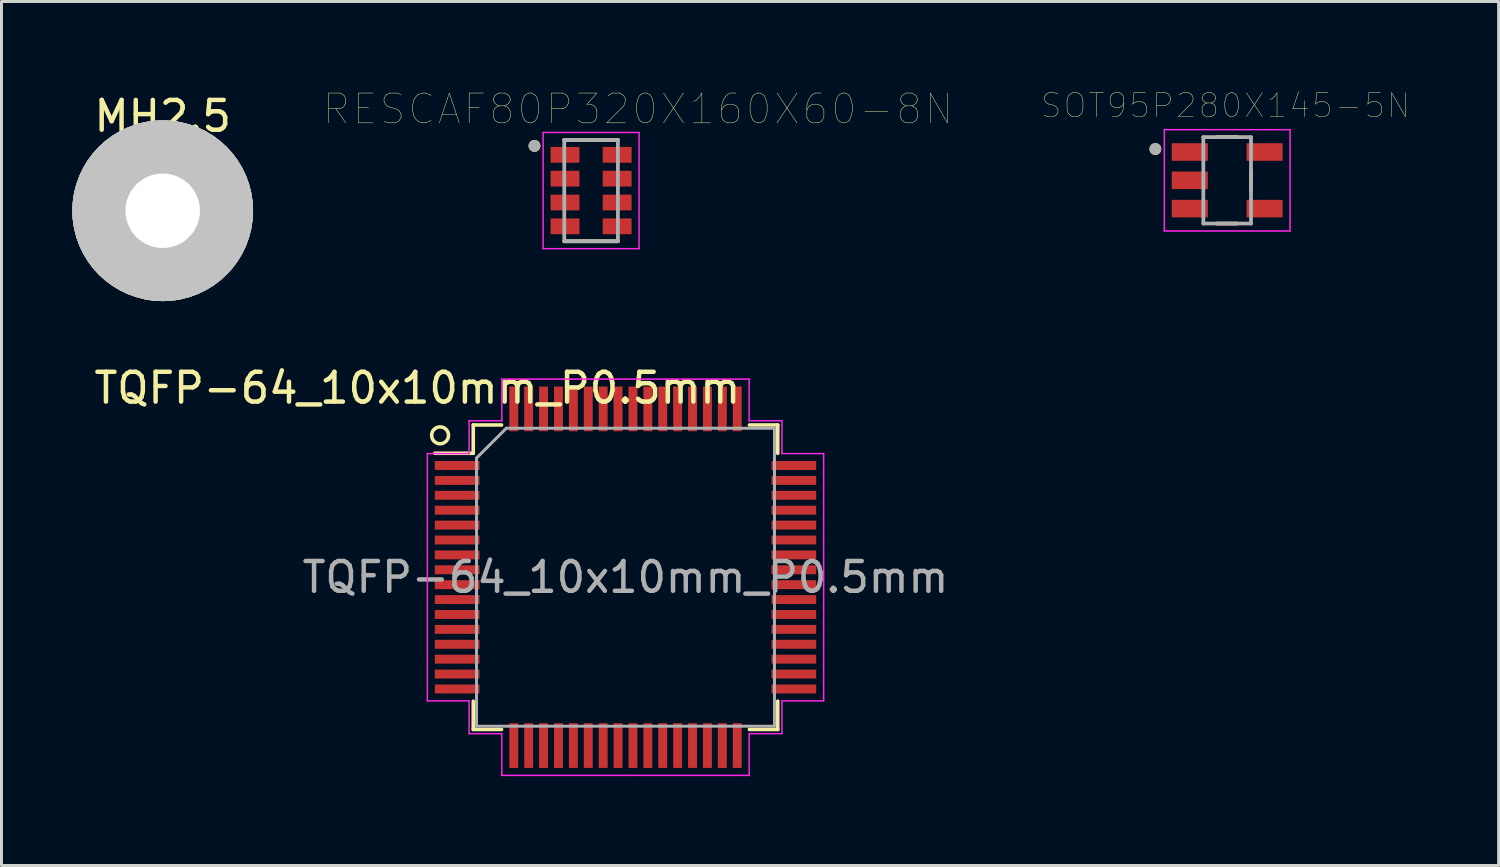
<source format=kicad_pcb>
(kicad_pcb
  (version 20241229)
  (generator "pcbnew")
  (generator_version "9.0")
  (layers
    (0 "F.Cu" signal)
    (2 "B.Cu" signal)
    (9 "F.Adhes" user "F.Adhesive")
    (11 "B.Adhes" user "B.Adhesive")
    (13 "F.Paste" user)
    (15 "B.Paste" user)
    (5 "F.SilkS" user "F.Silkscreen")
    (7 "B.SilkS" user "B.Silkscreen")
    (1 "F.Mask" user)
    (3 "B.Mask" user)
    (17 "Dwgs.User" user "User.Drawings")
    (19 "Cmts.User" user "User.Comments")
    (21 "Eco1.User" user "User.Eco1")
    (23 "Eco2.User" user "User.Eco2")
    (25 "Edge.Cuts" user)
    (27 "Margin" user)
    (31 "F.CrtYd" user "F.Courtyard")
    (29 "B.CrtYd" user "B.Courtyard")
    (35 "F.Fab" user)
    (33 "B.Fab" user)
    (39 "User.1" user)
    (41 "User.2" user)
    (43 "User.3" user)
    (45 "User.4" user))
  (footprint "SOT95P280X145-5N"
    (layer "F.Cu")
    (at 38.136 3.002)
    (property "Reference" "SOT95P280X145-5N" (at -0.06 -2.508 0) (layer "F.SilkS") (effects (font (size 0.8 0.8) (thickness 0.015))))
    (attr through_hole)
    (fp_line (start -0.33 -1.45) (end 0.33 -1.45) (stroke (width 0.127) (type solid)) (layer "F.SilkS"))
    (fp_line (start 0.33 1.45) (end -0.33 1.45) (stroke (width 0.127) (type solid)) (layer "F.SilkS"))
    (fp_line (start 0.8 -0.335) (end 0.8 0.335) (stroke (width 0.127) (type solid)) (layer "F.SilkS"))
    (fp_circle (center -2.41 -1.05) (end -2.31 -1.05) (stroke (width 0.2) (type solid)) (fill no) (layer "F.SilkS"))
    (fp_line (start -2.11 -1.7) (end 2.11 -1.7) (stroke (width 0.05) (type solid)) (layer "F.CrtYd"))
    (fp_line (start -2.11 1.7) (end -2.11 -1.7) (stroke (width 0.05) (type solid)) (layer "F.CrtYd"))
    (fp_line (start 2.11 -1.7) (end 2.11 1.7) (stroke (width 0.05) (type solid)) (layer "F.CrtYd"))
    (fp_line (start 2.11 1.7) (end -2.11 1.7) (stroke (width 0.05) (type solid)) (layer "F.CrtYd"))
    (fp_line (start -0.8 -1.45) (end 0.8 -1.45) (stroke (width 0.127) (type solid)) (layer "F.Fab"))
    (fp_line (start -0.8 1.45) (end -0.8 -1.45) (stroke (width 0.127) (type solid)) (layer "F.Fab"))
    (fp_line (start 0.8 -1.45) (end 0.8 1.45) (stroke (width 0.127) (type solid)) (layer "F.Fab"))
    (fp_line (start 0.8 1.45) (end -0.8 1.45) (stroke (width 0.127) (type solid)) (layer "F.Fab"))
    (fp_circle (center -2.41 -1.05) (end -2.31 -1.05) (stroke (width 0.2) (type solid)) (fill no) (layer "F.Fab"))
    (pad "1" smd rect (at -1.255 -0.95) (size 1.21 0.59) (layers "F.Cu" "F.Mask" "F.Paste"))
    (pad "2" smd rect (at -1.255 0) (size 1.21 0.59) (layers "F.Cu" "F.Mask" "F.Paste"))
    (pad "3" smd rect (at -1.255 0.95) (size 1.21 0.59) (layers "F.Cu" "F.Mask" "F.Paste"))
    (pad "4" smd rect (at 1.255 0.95) (size 1.21 0.59) (layers "F.Cu" "F.Mask" "F.Paste"))
    (pad "5" smd rect (at 1.255 -0.95) (size 1.21 0.59) (layers "F.Cu" "F.Mask" "F.Paste")))
  (footprint "RESCAF80P320X160X60-8N"
    (layer "F.Cu")
    (at 16.788 3.346)
    (property "Reference" "RESCAF80P320X160X60-8N" (at 1.575 -2.735 0) (layer "F.SilkS") (effects (font (size 1 1) (thickness 0.015))))
    (attr through_hole)
    (fp_line (start -0.9 -1.7) (end 0.9 -1.7) (stroke (width 0.127) (type solid)) (layer "F.SilkS"))
    (fp_line (start 0.9 1.7) (end -0.9 1.7) (stroke (width 0.127) (type solid)) (layer "F.SilkS"))
    (fp_circle (center -1.9 -1.5) (end -1.8 -1.5) (stroke (width 0.2) (type solid)) (fill no) (layer "F.SilkS"))
    (fp_line (start -1.61 -1.95) (end 1.61 -1.95) (stroke (width 0.05) (type solid)) (layer "F.CrtYd"))
    (fp_line (start -1.61 1.95) (end -1.61 -1.95) (stroke (width 0.05) (type solid)) (layer "F.CrtYd"))
    (fp_line (start 1.61 -1.95) (end 1.61 1.95) (stroke (width 0.05) (type solid)) (layer "F.CrtYd"))
    (fp_line (start 1.61 1.95) (end -1.61 1.95) (stroke (width 0.05) (type solid)) (layer "F.CrtYd"))
    (fp_line (start -0.9 -1.7) (end 0.9 -1.7) (stroke (width 0.127) (type solid)) (layer "F.Fab"))
    (fp_line (start -0.9 1.7) (end -0.9 -1.7) (stroke (width 0.127) (type solid)) (layer "F.Fab"))
    (fp_line (start 0.9 -1.7) (end 0.9 1.7) (stroke (width 0.127) (type solid)) (layer "F.Fab"))
    (fp_line (start 0.9 1.7) (end -0.9 1.7) (stroke (width 0.127) (type solid)) (layer "F.Fab"))
    (fp_circle (center -1.9 -1.5) (end -1.8 -1.5) (stroke (width 0.2) (type solid)) (fill no) (layer "F.Fab"))
    (pad "1" smd rect (at -0.875 -1.2) (size 0.97 0.53) (layers "F.Cu" "F.Mask" "F.Paste"))
    (pad "2" smd rect (at -0.875 -0.4) (size 0.97 0.53) (layers "F.Cu" "F.Mask" "F.Paste"))
    (pad "3" smd rect (at -0.875 0.4) (size 0.97 0.53) (layers "F.Cu" "F.Mask" "F.Paste"))
    (pad "4" smd rect (at -0.875 1.2) (size 0.97 0.53) (layers "F.Cu" "F.Mask" "F.Paste"))
    (pad "5" smd rect (at 0.875 1.2) (size 0.97 0.53) (layers "F.Cu" "F.Mask" "F.Paste"))
    (pad "6" smd rect (at 0.875 0.4) (size 0.97 0.53) (layers "F.Cu" "F.Mask" "F.Paste"))
    (pad "7" smd rect (at 0.875 -0.4) (size 0.97 0.53) (layers "F.Cu" "F.Mask" "F.Paste"))
    (pad "8" smd rect (at 0.875 -1.2) (size 0.97 0.53) (layers "F.Cu" "F.Mask" "F.Paste")))
  (footprint "MH2.5"
    (layer "F.Cu")
    (at 2.411 4.023)
    (property "Reference" "MH2.5" (at 0 -3.175 0) (layer "F.SilkS") (effects (font (size 1 1) (thickness 0.15))))
    (attr through_hole)
    (fp_circle (center 0 0) (end 2 0) (stroke (width 0.203) (type solid)) (fill no) (layer "F.SilkS"))
    (fp_circle (center 0 0) (end 1 0) (stroke (width 2.032) (type solid)) (fill no) (layer "Dwgs.User"))
    (fp_circle (center 0 0) (end 1 0) (stroke (width 2.032) (type solid)) (fill no) (layer "Dwgs.User"))
    (fp_circle (center 0 0) (end 1 0) (stroke (width 2.032) (type solid)) (fill no) (layer "Dwgs.User"))
    (fp_circle (center 0 0) (end 1 0) (stroke (width 2.032) (type solid)) (fill no) (layer "Dwgs.User"))
    (pad "P$1" thru_hole circle (at 0 0) (size 3.2 3.2) (drill 2.5) (layers "*.Cu" "*.Mask")))
  (footprint "TQFP-64_10x10mm_P0.5mm"
    (layer "F.Cu")
    (at 17.943 16.323)
    (property "Reference" "TQFP-64_10x10mm_P0.5mm" (at -6.985 -6.35 0) (layer "F.SilkS") (effects (font (size 1 1) (thickness 0.15))))
    (attr smd)
    (fp_line (start -5.11 -5.11) (end -5.11 -4.16) (stroke (width 0.12) (type solid)) (layer "F.SilkS"))
    (fp_line (start -5.11 -4.16) (end -6.4 -4.16) (stroke (width 0.12) (type solid)) (layer "F.SilkS"))
    (fp_line (start -5.11 5.11) (end -5.11 4.16) (stroke (width 0.12) (type solid)) (layer "F.SilkS"))
    (fp_line (start -4.16 -5.11) (end -5.11 -5.11) (stroke (width 0.12) (type solid)) (layer "F.SilkS"))
    (fp_line (start -4.16 5.11) (end -5.11 5.11) (stroke (width 0.12) (type solid)) (layer "F.SilkS"))
    (fp_line (start 4.16 -5.11) (end 5.11 -5.11) (stroke (width 0.12) (type solid)) (layer "F.SilkS"))
    (fp_line (start 4.16 5.11) (end 5.11 5.11) (stroke (width 0.12) (type solid)) (layer "F.SilkS"))
    (fp_line (start 5.11 -5.11) (end 5.11 -4.16) (stroke (width 0.12) (type solid)) (layer "F.SilkS"))
    (fp_line (start 5.11 5.11) (end 5.11 4.16) (stroke (width 0.12) (type solid)) (layer "F.SilkS"))
    (fp_circle (center -6.223 -4.763) (end -6.35 -5.016) (stroke (width 0.12) (type solid)) (fill no) (layer "F.SilkS"))
    (fp_line (start -6.65 -4.15) (end -6.65 0) (stroke (width 0.05) (type solid)) (layer "F.CrtYd"))
    (fp_line (start -6.65 4.15) (end -6.65 0) (stroke (width 0.05) (type solid)) (layer "F.CrtYd"))
    (fp_line (start -5.25 -5.25) (end -5.25 -4.15) (stroke (width 0.05) (type solid)) (layer "F.CrtYd"))
    (fp_line (start -5.25 -4.15) (end -6.65 -4.15) (stroke (width 0.05) (type solid)) (layer "F.CrtYd"))
    (fp_line (start -5.25 4.15) (end -6.65 4.15) (stroke (width 0.05) (type solid)) (layer "F.CrtYd"))
    (fp_line (start -5.25 5.25) (end -5.25 4.15) (stroke (width 0.05) (type solid)) (layer "F.CrtYd"))
    (fp_line (start -4.15 -6.65) (end -4.15 -5.25) (stroke (width 0.05) (type solid)) (layer "F.CrtYd"))
    (fp_line (start -4.15 -5.25) (end -5.25 -5.25) (stroke (width 0.05) (type solid)) (layer "F.CrtYd"))
    (fp_line (start -4.15 5.25) (end -5.25 5.25) (stroke (width 0.05) (type solid)) (layer "F.CrtYd"))
    (fp_line (start -4.15 6.65) (end -4.15 5.25) (stroke (width 0.05) (type solid)) (layer "F.CrtYd"))
    (fp_line (start 0 -6.65) (end -4.15 -6.65) (stroke (width 0.05) (type solid)) (layer "F.CrtYd"))
    (fp_line (start 0 -6.65) (end 4.15 -6.65) (stroke (width 0.05) (type solid)) (layer "F.CrtYd"))
    (fp_line (start 0 6.65) (end -4.15 6.65) (stroke (width 0.05) (type solid)) (layer "F.CrtYd"))
    (fp_line (start 0 6.65) (end 4.15 6.65) (stroke (width 0.05) (type solid)) (layer "F.CrtYd"))
    (fp_line (start 4.15 -6.65) (end 4.15 -5.25) (stroke (width 0.05) (type solid)) (layer "F.CrtYd"))
    (fp_line (start 4.15 -5.25) (end 5.25 -5.25) (stroke (width 0.05) (type solid)) (layer "F.CrtYd"))
    (fp_line (start 4.15 5.25) (end 5.25 5.25) (stroke (width 0.05) (type solid)) (layer "F.CrtYd"))
    (fp_line (start 4.15 6.65) (end 4.15 5.25) (stroke (width 0.05) (type solid)) (layer "F.CrtYd"))
    (fp_line (start 5.25 -5.25) (end 5.25 -4.15) (stroke (width 0.05) (type solid)) (layer "F.CrtYd"))
    (fp_line (start 5.25 -4.15) (end 6.65 -4.15) (stroke (width 0.05) (type solid)) (layer "F.CrtYd"))
    (fp_line (start 5.25 4.15) (end 6.65 4.15) (stroke (width 0.05) (type solid)) (layer "F.CrtYd"))
    (fp_line (start 5.25 5.25) (end 5.25 4.15) (stroke (width 0.05) (type solid)) (layer "F.CrtYd"))
    (fp_line (start 6.65 -4.15) (end 6.65 0) (stroke (width 0.05) (type solid)) (layer "F.CrtYd"))
    (fp_line (start 6.65 4.15) (end 6.65 0) (stroke (width 0.05) (type solid)) (layer "F.CrtYd"))
    (fp_line (start -5 -4) (end -4 -5) (stroke (width 0.1) (type solid)) (layer "F.Fab"))
    (fp_line (start -5 5) (end -5 -4) (stroke (width 0.1) (type solid)) (layer "F.Fab"))
    (fp_line (start -4 -5) (end 5 -5) (stroke (width 0.1) (type solid)) (layer "F.Fab"))
    (fp_line (start 5 -5) (end 5 5) (stroke (width 0.1) (type solid)) (layer "F.Fab"))
    (fp_line (start 5 5) (end -5 5) (stroke (width 0.1) (type solid)) (layer "F.Fab"))
    (fp_text user "${REFERENCE}" (at 0 0 0) (layer "F.Fab") (effects (font (size 1 1) (thickness 0.15))))
    (pad "1" smd rect (at -5.65 -3.75) (size 1.5 0.3) (layers "F.Cu" "F.Mask" "F.Paste"))
    (pad "2" smd rect (at -5.65 -3.25) (size 1.5 0.3) (layers "F.Cu" "F.Mask" "F.Paste"))
    (pad "3" smd rect (at -5.65 -2.75) (size 1.5 0.3) (layers "F.Cu" "F.Mask" "F.Paste"))
    (pad "4" smd rect (at -5.65 -2.25) (size 1.5 0.3) (layers "F.Cu" "F.Mask" "F.Paste"))
    (pad "5" smd rect (at -5.65 -1.75) (size 1.5 0.3) (layers "F.Cu" "F.Mask" "F.Paste"))
    (pad "6" smd rect (at -5.65 -1.25) (size 1.5 0.3) (layers "F.Cu" "F.Mask" "F.Paste"))
    (pad "7" smd rect (at -5.65 -0.75) (size 1.5 0.3) (layers "F.Cu" "F.Mask" "F.Paste"))
    (pad "8" smd rect (at -5.65 -0.25) (size 1.5 0.3) (layers "F.Cu" "F.Mask" "F.Paste"))
    (pad "9" smd rect (at -5.65 0.25) (size 1.5 0.3) (layers "F.Cu" "F.Mask" "F.Paste"))
    (pad "10" smd rect (at -5.65 0.75) (size 1.5 0.3) (layers "F.Cu" "F.Mask" "F.Paste"))
    (pad "11" smd rect (at -5.65 1.25) (size 1.5 0.3) (layers "F.Cu" "F.Mask" "F.Paste"))
    (pad "12" smd rect (at -5.65 1.75) (size 1.5 0.3) (layers "F.Cu" "F.Mask" "F.Paste"))
    (pad "13" smd rect (at -5.65 2.25) (size 1.5 0.3) (layers "F.Cu" "F.Mask" "F.Paste"))
    (pad "14" smd rect (at -5.65 2.75) (size 1.5 0.3) (layers "F.Cu" "F.Mask" "F.Paste"))
    (pad "15" smd rect (at -5.65 3.25) (size 1.5 0.3) (layers "F.Cu" "F.Mask" "F.Paste"))
    (pad "16" smd rect (at -5.65 3.75) (size 1.5 0.3) (layers "F.Cu" "F.Mask" "F.Paste"))
    (pad "17" smd rect (at -3.75 5.65) (size 0.3 1.5) (layers "F.Cu" "F.Mask" "F.Paste"))
    (pad "18" smd rect (at -3.25 5.65) (size 0.3 1.5) (layers "F.Cu" "F.Mask" "F.Paste"))
    (pad "19" smd rect (at -2.75 5.65) (size 0.3 1.5) (layers "F.Cu" "F.Mask" "F.Paste"))
    (pad "20" smd rect (at -2.25 5.65) (size 0.3 1.5) (layers "F.Cu" "F.Mask" "F.Paste"))
    (pad "21" smd rect (at -1.75 5.65) (size 0.3 1.5) (layers "F.Cu" "F.Mask" "F.Paste"))
    (pad "22" smd rect (at -1.25 5.65) (size 0.3 1.5) (layers "F.Cu" "F.Mask" "F.Paste"))
    (pad "23" smd rect (at -0.75 5.65) (size 0.3 1.5) (layers "F.Cu" "F.Mask" "F.Paste"))
    (pad "24" smd rect (at -0.25 5.65) (size 0.3 1.5) (layers "F.Cu" "F.Mask" "F.Paste"))
    (pad "25" smd rect (at 0.25 5.65) (size 0.3 1.5) (layers "F.Cu" "F.Mask" "F.Paste"))
    (pad "26" smd rect (at 0.75 5.65) (size 0.3 1.5) (layers "F.Cu" "F.Mask" "F.Paste"))
    (pad "27" smd rect (at 1.25 5.65) (size 0.3 1.5) (layers "F.Cu" "F.Mask" "F.Paste"))
    (pad "28" smd rect (at 1.75 5.65) (size 0.3 1.5) (layers "F.Cu" "F.Mask" "F.Paste"))
    (pad "29" smd rect (at 2.25 5.65) (size 0.3 1.5) (layers "F.Cu" "F.Mask" "F.Paste"))
    (pad "30" smd rect (at 2.75 5.65) (size 0.3 1.5) (layers "F.Cu" "F.Mask" "F.Paste"))
    (pad "31" smd rect (at 3.25 5.65) (size 0.3 1.5) (layers "F.Cu" "F.Mask" "F.Paste"))
    (pad "32" smd rect (at 3.75 5.65) (size 0.3 1.5) (layers "F.Cu" "F.Mask" "F.Paste"))
    (pad "33" smd rect (at 5.65 3.75) (size 1.5 0.3) (layers "F.Cu" "F.Mask" "F.Paste"))
    (pad "34" smd rect (at 5.65 3.25) (size 1.5 0.3) (layers "F.Cu" "F.Mask" "F.Paste"))
    (pad "35" smd rect (at 5.65 2.75) (size 1.5 0.3) (layers "F.Cu" "F.Mask" "F.Paste"))
    (pad "36" smd rect (at 5.65 2.25) (size 1.5 0.3) (layers "F.Cu" "F.Mask" "F.Paste"))
    (pad "37" smd rect (at 5.65 1.75) (size 1.5 0.3) (layers "F.Cu" "F.Mask" "F.Paste"))
    (pad "38" smd rect (at 5.65 1.25) (size 1.5 0.3) (layers "F.Cu" "F.Mask" "F.Paste"))
    (pad "39" smd rect (at 5.65 0.75) (size 1.5 0.3) (layers "F.Cu" "F.Mask" "F.Paste"))
    (pad "40" smd rect (at 5.65 0.25) (size 1.5 0.3) (layers "F.Cu" "F.Mask" "F.Paste"))
    (pad "41" smd rect (at 5.65 -0.25) (size 1.5 0.3) (layers "F.Cu" "F.Mask" "F.Paste"))
    (pad "42" smd rect (at 5.65 -0.75) (size 1.5 0.3) (layers "F.Cu" "F.Mask" "F.Paste"))
    (pad "43" smd rect (at 5.65 -1.25) (size 1.5 0.3) (layers "F.Cu" "F.Mask" "F.Paste"))
    (pad "44" smd rect (at 5.65 -1.75) (size 1.5 0.3) (layers "F.Cu" "F.Mask" "F.Paste"))
    (pad "45" smd rect (at 5.65 -2.25) (size 1.5 0.3) (layers "F.Cu" "F.Mask" "F.Paste"))
    (pad "46" smd rect (at 5.65 -2.75) (size 1.5 0.3) (layers "F.Cu" "F.Mask" "F.Paste"))
    (pad "47" smd rect (at 5.65 -3.25) (size 1.5 0.3) (layers "F.Cu" "F.Mask" "F.Paste"))
    (pad "48" smd rect (at 5.65 -3.75) (size 1.5 0.3) (layers "F.Cu" "F.Mask" "F.Paste"))
    (pad "49" smd rect (at 3.75 -5.65) (size 0.3 1.5) (layers "F.Cu" "F.Mask" "F.Paste"))
    (pad "50" smd rect (at 3.25 -5.65) (size 0.3 1.5) (layers "F.Cu" "F.Mask" "F.Paste"))
    (pad "51" smd rect (at 2.75 -5.65) (size 0.3 1.5) (layers "F.Cu" "F.Mask" "F.Paste"))
    (pad "52" smd rect (at 2.25 -5.65) (size 0.3 1.5) (layers "F.Cu" "F.Mask" "F.Paste"))
    (pad "53" smd rect (at 1.75 -5.65) (size 0.3 1.5) (layers "F.Cu" "F.Mask" "F.Paste"))
    (pad "54" smd rect (at 1.25 -5.65) (size 0.3 1.5) (layers "F.Cu" "F.Mask" "F.Paste"))
    (pad "55" smd rect (at 0.75 -5.65) (size 0.3 1.5) (layers "F.Cu" "F.Mask" "F.Paste"))
    (pad "56" smd rect (at 0.25 -5.65) (size 0.3 1.5) (layers "F.Cu" "F.Mask" "F.Paste"))
    (pad "57" smd rect (at -0.25 -5.65) (size 0.3 1.5) (layers "F.Cu" "F.Mask" "F.Paste"))
    (pad "58" smd rect (at -0.75 -5.65) (size 0.3 1.5) (layers "F.Cu" "F.Mask" "F.Paste"))
    (pad "59" smd rect (at -1.25 -5.65) (size 0.3 1.5) (layers "F.Cu" "F.Mask" "F.Paste"))
    (pad "60" smd rect (at -1.75 -5.65) (size 0.3 1.5) (layers "F.Cu" "F.Mask" "F.Paste"))
    (pad "61" smd rect (at -2.25 -5.65) (size 0.3 1.5) (layers "F.Cu" "F.Mask" "F.Paste"))
    (pad "62" smd rect (at -2.75 -5.65) (size 0.3 1.5) (layers "F.Cu" "F.Mask" "F.Paste"))
    (pad "63" smd rect (at -3.25 -5.65) (size 0.3 1.5) (layers "F.Cu" "F.Mask" "F.Paste"))
    (pad "64" smd rect (at -3.75 -5.65) (size 0.3 1.5) (layers "F.Cu" "F.Mask" "F.Paste")))
  (gr_rect
    (start -3 -3)
    (end 47.247 25.998)
    (stroke (width 0.1) (type default))
    (fill no)
    (layer "Edge.Cuts")))
</source>
